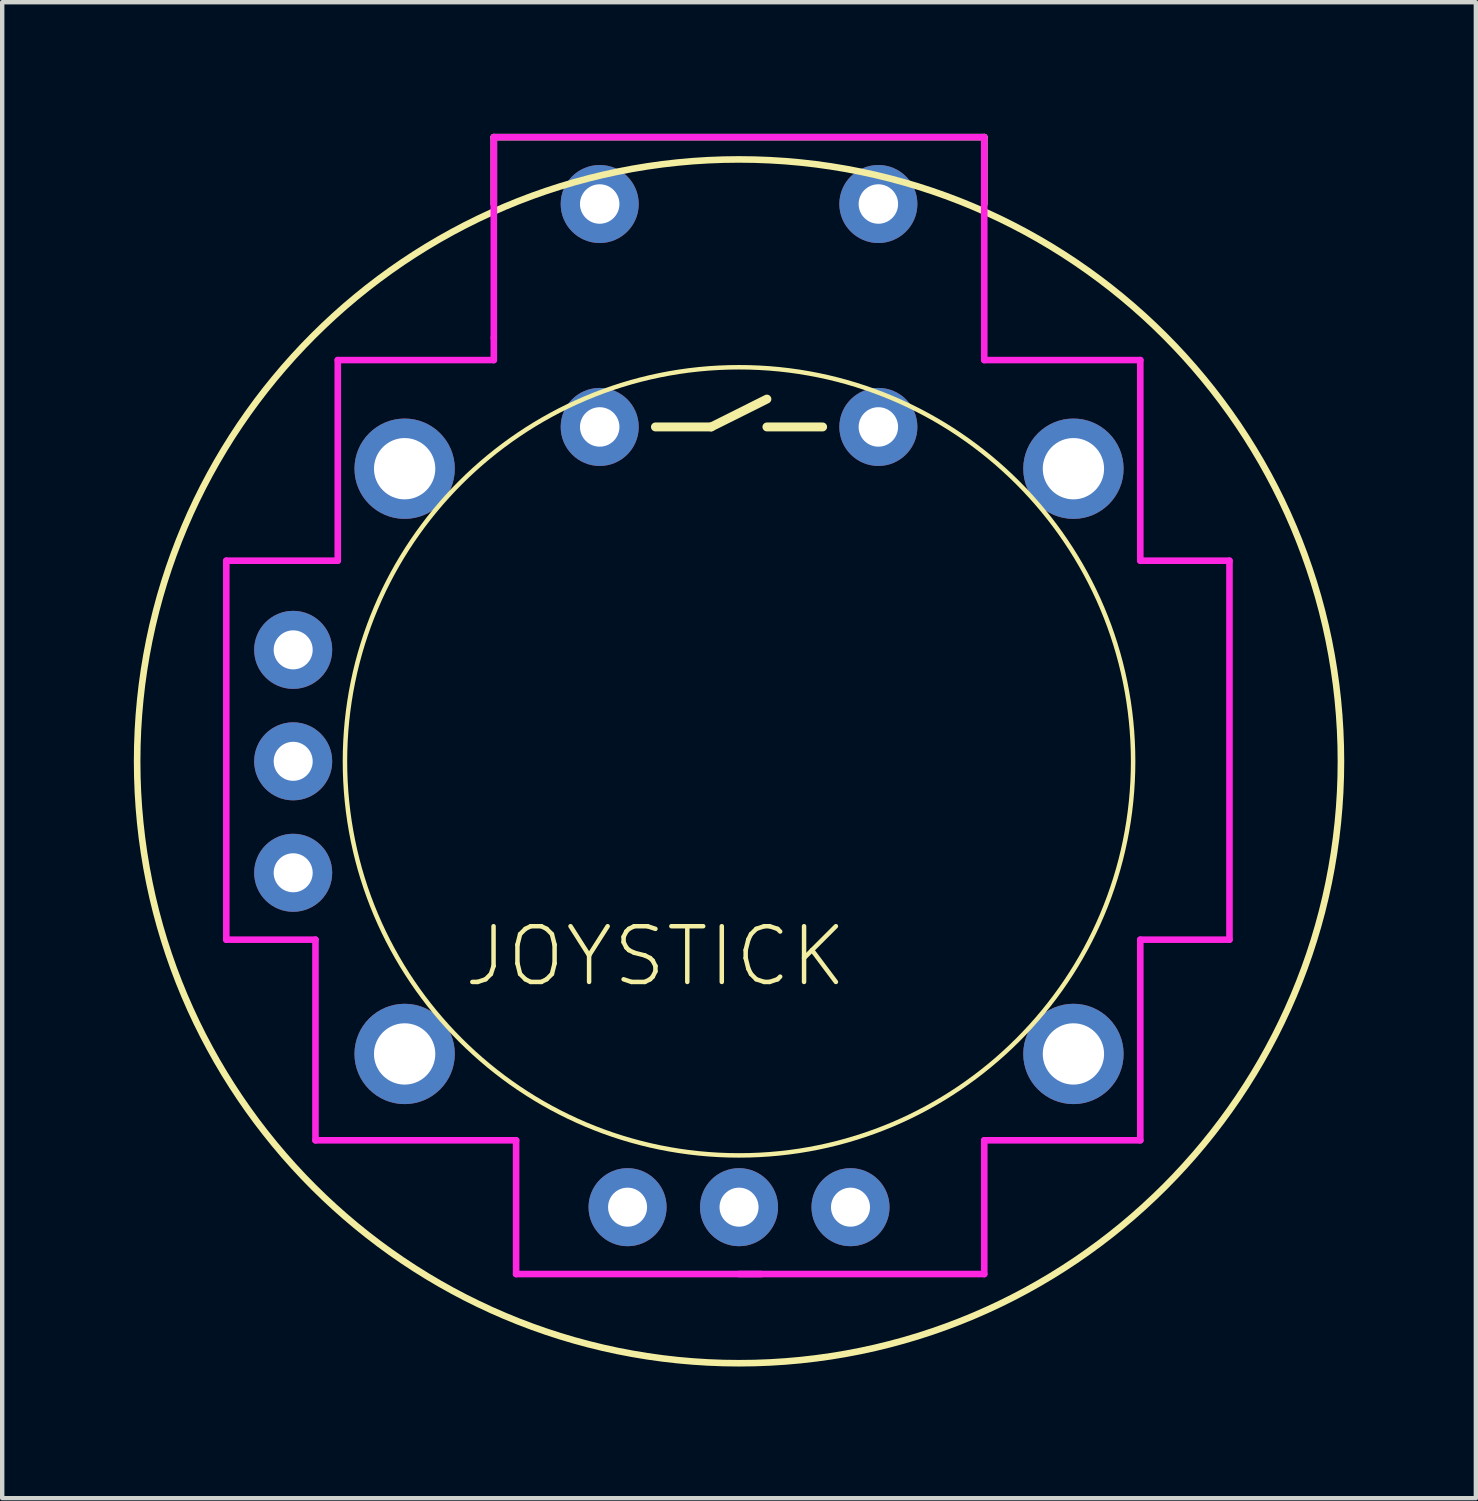
<source format=kicad_pcb>
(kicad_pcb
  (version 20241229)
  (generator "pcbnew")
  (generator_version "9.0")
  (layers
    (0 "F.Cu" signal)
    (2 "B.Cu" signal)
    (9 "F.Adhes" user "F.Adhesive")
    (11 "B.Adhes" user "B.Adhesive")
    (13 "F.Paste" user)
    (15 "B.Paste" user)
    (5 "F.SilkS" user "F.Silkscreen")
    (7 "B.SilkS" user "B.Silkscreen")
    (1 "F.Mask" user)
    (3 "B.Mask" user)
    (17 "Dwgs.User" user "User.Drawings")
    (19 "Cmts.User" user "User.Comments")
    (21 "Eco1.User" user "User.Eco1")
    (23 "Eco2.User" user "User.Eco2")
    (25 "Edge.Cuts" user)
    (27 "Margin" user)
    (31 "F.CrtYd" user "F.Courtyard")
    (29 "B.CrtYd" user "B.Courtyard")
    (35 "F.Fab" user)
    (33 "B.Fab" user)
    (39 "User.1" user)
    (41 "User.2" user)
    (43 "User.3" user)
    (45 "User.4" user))
  (footprint "JOYSTICK"
    (layer "F.Cu")
    (at 13.791 14.299)
    (property "Reference" "JOYSTICK" (at -1.905 4.445 0) (layer "F.SilkS") (effects (font (size 1.27 1.27) (thickness 0.102))))
    (attr exclude_from_pos_files exclude_from_bom)
    (fp_line (start -5.588 -12.7) (end -5.588 -14.224) (stroke (width 0.15) (type solid)) (layer "F.SilkS"))
    (fp_line (start -1.905 -7.62) (end -0.635 -7.62) (stroke (width 0.203) (type solid)) (layer "F.SilkS"))
    (fp_line (start -0.635 -7.62) (end 0.635 -8.255) (stroke (width 0.203) (type solid)) (layer "F.SilkS"))
    (fp_line (start 0.635 -7.62) (end 1.905 -7.62) (stroke (width 0.203) (type solid)) (layer "F.SilkS"))
    (fp_line (start 5.588 -14.224) (end -5.588 -14.224) (stroke (width 0.15) (type solid)) (layer "F.SilkS"))
    (fp_line (start 5.588 -12.7) (end 5.588 -14.224) (stroke (width 0.15) (type solid)) (layer "F.SilkS"))
    (fp_circle (center 0 0) (end -6.35 6.35) (stroke (width 0.102) (type solid)) (fill no) (layer "F.SilkS"))
    (fp_circle (center 0 0) (end 13.716 0) (stroke (width 0.15) (type solid)) (fill no) (layer "F.SilkS"))
    (fp_line (start -11.684 -4.572) (end -11.684 4.064) (stroke (width 0.15) (type solid)) (layer "F.CrtYd"))
    (fp_line (start -11.684 4.064) (end -9.652 4.064) (stroke (width 0.15) (type solid)) (layer "F.CrtYd"))
    (fp_line (start -9.652 4.064) (end -9.652 8.636) (stroke (width 0.15) (type solid)) (layer "F.CrtYd"))
    (fp_line (start -9.652 8.636) (end -5.08 8.636) (stroke (width 0.15) (type solid)) (layer "F.CrtYd"))
    (fp_line (start -9.144 -9.144) (end -9.144 -4.572) (stroke (width 0.15) (type solid)) (layer "F.CrtYd"))
    (fp_line (start -9.144 -4.572) (end -11.684 -4.572) (stroke (width 0.15) (type solid)) (layer "F.CrtYd"))
    (fp_line (start -5.588 -14.224) (end 5.588 -14.224) (stroke (width 0.15) (type solid)) (layer "F.CrtYd"))
    (fp_line (start -5.588 -12.7) (end -5.588 -14.224) (stroke (width 0.15) (type solid)) (layer "F.CrtYd"))
    (fp_line (start -5.588 -12.7) (end -5.588 -9.652) (stroke (width 0.15) (type solid)) (layer "F.CrtYd"))
    (fp_line (start -5.588 -9.144) (end -9.144 -9.144) (stroke (width 0.15) (type solid)) (layer "F.CrtYd"))
    (fp_line (start -5.588 -9.144) (end -5.588 -9.652) (stroke (width 0.15) (type solid)) (layer "F.CrtYd"))
    (fp_line (start -5.08 8.636) (end -5.08 11.684) (stroke (width 0.15) (type solid)) (layer "F.CrtYd"))
    (fp_line (start -5.08 11.684) (end 0.508 11.684) (stroke (width 0.15) (type solid)) (layer "F.CrtYd"))
    (fp_line (start 5.588 -14.224) (end 5.588 -9.144) (stroke (width 0.15) (type solid)) (layer "F.CrtYd"))
    (fp_line (start 5.588 -9.144) (end 9.144 -9.144) (stroke (width 0.15) (type solid)) (layer "F.CrtYd"))
    (fp_line (start 5.588 8.636) (end 5.588 11.684) (stroke (width 0.15) (type solid)) (layer "F.CrtYd"))
    (fp_line (start 5.588 11.684) (end 0 11.684) (stroke (width 0.15) (type solid)) (layer "F.CrtYd"))
    (fp_line (start 9.144 -4.572) (end 9.144 -9.144) (stroke (width 0.15) (type solid)) (layer "F.CrtYd"))
    (fp_line (start 9.144 -4.572) (end 11.176 -4.572) (stroke (width 0.15) (type solid)) (layer "F.CrtYd"))
    (fp_line (start 9.144 4.064) (end 9.144 8.636) (stroke (width 0.15) (type solid)) (layer "F.CrtYd"))
    (fp_line (start 9.144 8.636) (end 5.588 8.636) (stroke (width 0.15) (type solid)) (layer "F.CrtYd"))
    (fp_line (start 11.176 -4.572) (end 11.176 4.064) (stroke (width 0.15) (type solid)) (layer "F.CrtYd"))
    (fp_line (start 11.176 4.064) (end 9.144 4.064) (stroke (width 0.15) (type solid)) (layer "F.CrtYd"))
    (pad "B1A" thru_hole circle (at -3.175 -12.7) (size 1.778 1.778) (drill 0.899) (layers "*.Cu" "*.Mask" "F.Paste"))
    (pad "B1B" thru_hole circle (at 3.175 -12.7) (size 1.778 1.778) (drill 0.899) (layers "*.Cu" "*.Mask" "F.Paste"))
    (pad "B2A" thru_hole circle (at -3.175 -7.62) (size 1.778 1.778) (drill 0.899) (layers "*.Cu" "*.Mask" "F.Paste"))
    (pad "B2B" thru_hole circle (at 3.175 -7.62) (size 1.778 1.778) (drill 0.899) (layers "*.Cu" "*.Mask" "F.Paste"))
    (pad "H1" thru_hole circle (at -2.54 10.16) (size 1.778 1.778) (drill 0.889) (layers "*.Cu" "*.Mask" "F.Paste"))
    (pad "H2" thru_hole circle (at 0 10.16) (size 1.778 1.778) (drill 0.889) (layers "*.Cu" "*.Mask" "F.Paste"))
    (pad "H3" thru_hole circle (at 2.54 10.16) (size 1.778 1.778) (drill 0.889) (layers "*.Cu" "*.Mask" "F.Paste"))
    (pad "MOUN" thru_hole circle (at -7.62 -6.668) (size 2.286 2.286) (drill 1.397) (layers "*.Cu" "*.Mask"))
    (pad "MOUN" thru_hole circle (at -7.62 6.668) (size 2.286 2.286) (drill 1.397) (layers "*.Cu" "*.Mask" "F.Paste"))
    (pad "MOUN" thru_hole circle (at 7.62 -6.668) (size 2.286 2.286) (drill 1.397) (layers "*.Cu" "*.Mask" "F.Paste"))
    (pad "MOUN" thru_hole circle (at 7.62 6.668) (size 2.286 2.286) (drill 1.397) (layers "*.Cu" "*.Mask" "F.Paste"))
    (pad "V1" thru_hole circle (at -10.16 -2.54) (size 1.778 1.778) (drill 0.889) (layers "*.Cu" "*.Mask" "F.Paste"))
    (pad "V2" thru_hole circle (at -10.16 0) (size 1.778 1.778) (drill 0.889) (layers "*.Cu" "*.Mask" "F.Paste"))
    (pad "V3" thru_hole circle (at -10.16 2.54) (size 1.778 1.778) (drill 0.889) (layers "*.Cu" "*.Mask" "F.Paste")))
  (gr_rect
    (start -3 -3)
    (end 30.582 31.09)
    (stroke (width 0.1) (type default))
    (fill no)
    (layer "Edge.Cuts")))
</source>
